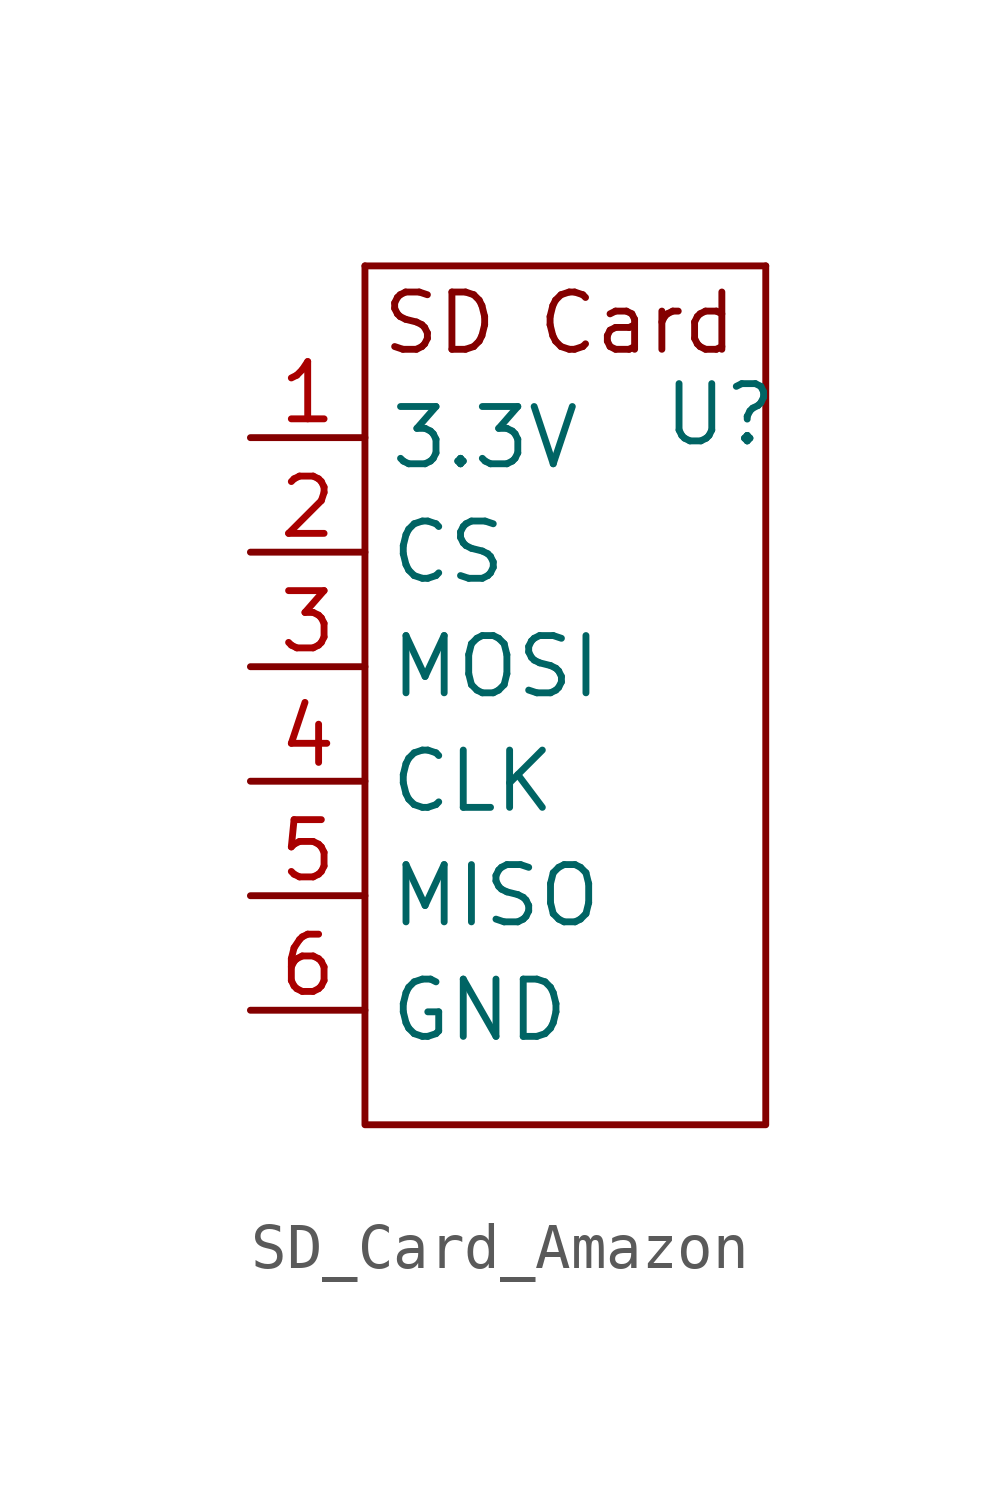
<source format=kicad_sym>
(kicad_symbol_lib
  (version 20231120)
  (generator "kicad_symbol_editor")
  (generator_version "8.0")
  (symbol "SD_Card_Amazon"
    (property "Reference" "U"
      (at 1.524 6.858 0)
      (effects (font (size 1.27 1.27))))
    (property "Value" ""
      (at 0 0 0)
      (effects (font (size 1.27 1.27))))
    (symbol "SD_Card_Amazon_0_1"
      (polyline (pts (xy -6.35 10.16) (xy -6.35 -8.89) (xy 2.54 -8.89) (xy 2.54 8.89) (xy 2.54 10.16)) (stroke (width 0) (type default)) (fill (type none))))
    (symbol "SD_Card_Amazon_1_1"
      (polyline (pts (xy 2.54 10.16) (xy -6.35 10.16)) (stroke (width 0) (type default)) (fill (type none)))
      (text "SD Card" (at -2.032 8.89 0) (effects (font (size 1.27 1.27))))
      (pin power_in line (at -8.89 6.35 0) (length 2.54) (name "3.3V" (effects (font (size 1.27 1.27)))) (number "1" (effects (font (size 1.27 1.27)))))
      (pin input line (at -8.89 3.81 0) (length 2.54) (name "CS" (effects (font (size 1.27 1.27)))) (number "2" (effects (font (size 1.27 1.27)))))
      (pin bidirectional line (at -8.89 1.27 0) (length 2.54) (name "MOSI" (effects (font (size 1.27 1.27)))) (number "3" (effects (font (size 1.27 1.27)))))
      (pin input line (at -8.89 -1.27 0) (length 2.54) (name "CLK" (effects (font (size 1.27 1.27)))) (number "4" (effects (font (size 1.27 1.27)))))
      (pin bidirectional line (at -8.89 -3.81 0) (length 2.54) (name "MISO" (effects (font (size 1.27 1.27)))) (number "5" (effects (font (size 1.27 1.27)))))
      (pin power_in line (at -8.89 -6.35 0) (length 2.54) (name "GND" (effects (font (size 1.27 1.27)))) (number "6" (effects (font (size 1.27 1.27))))))))
</source>
